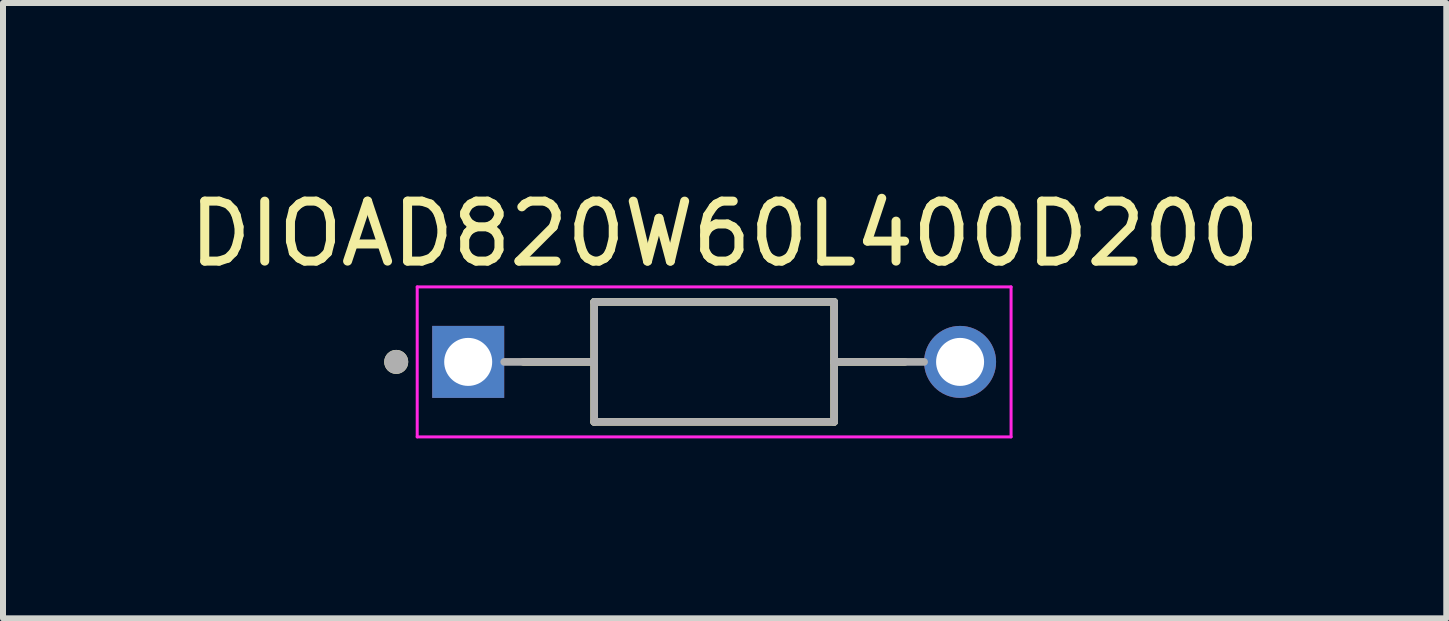
<source format=kicad_pcb>
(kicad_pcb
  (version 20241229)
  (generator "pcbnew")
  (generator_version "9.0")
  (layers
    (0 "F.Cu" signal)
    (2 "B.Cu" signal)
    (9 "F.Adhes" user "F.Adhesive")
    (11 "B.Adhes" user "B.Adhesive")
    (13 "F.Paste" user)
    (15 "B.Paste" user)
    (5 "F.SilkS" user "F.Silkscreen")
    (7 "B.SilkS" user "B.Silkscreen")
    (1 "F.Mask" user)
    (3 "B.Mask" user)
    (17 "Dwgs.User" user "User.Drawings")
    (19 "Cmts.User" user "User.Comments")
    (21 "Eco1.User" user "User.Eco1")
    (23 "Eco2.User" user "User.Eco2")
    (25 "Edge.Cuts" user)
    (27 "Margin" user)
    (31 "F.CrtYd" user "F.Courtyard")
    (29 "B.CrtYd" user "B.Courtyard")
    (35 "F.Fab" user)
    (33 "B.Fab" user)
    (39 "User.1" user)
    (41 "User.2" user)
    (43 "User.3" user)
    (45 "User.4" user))
  (footprint "DIOAD820W60L400D200"
    (layer "F.Cu")
    (at 8.855 2.983)
    (property "Reference" "DIOAD820W60L400D200" (at 0.175 -2.135 0) (layer "F.SilkS") (effects (font (size 1 1) (thickness 0.15))))
    (attr through_hole)
    (fp_line (start -2 -1) (end 2 -1) (stroke (width 0.127) (type solid)) (layer "F.SilkS"))
    (fp_line (start -2 0) (end -3.18 0) (stroke (width 0.127) (type solid)) (layer "F.SilkS"))
    (fp_line (start -2 0) (end -2 -1) (stroke (width 0.127) (type solid)) (layer "F.SilkS"))
    (fp_line (start -2 1) (end -2 0) (stroke (width 0.127) (type solid)) (layer "F.SilkS"))
    (fp_line (start 2 -1) (end 2 0) (stroke (width 0.127) (type solid)) (layer "F.SilkS"))
    (fp_line (start 2 0) (end 2 1) (stroke (width 0.127) (type solid)) (layer "F.SilkS"))
    (fp_line (start 2 0) (end 3.18 0) (stroke (width 0.127) (type solid)) (layer "F.SilkS"))
    (fp_line (start 2 1) (end -2 1) (stroke (width 0.127) (type solid)) (layer "F.SilkS"))
    (fp_circle (center -5.3 0) (end -5.2 0) (stroke (width 0.2) (type solid)) (fill no) (layer "F.SilkS"))
    (fp_line (start -4.95 -1.25) (end 4.95 -1.25) (stroke (width 0.05) (type solid)) (layer "F.CrtYd"))
    (fp_line (start -4.95 1.25) (end -4.95 -1.25) (stroke (width 0.05) (type solid)) (layer "F.CrtYd"))
    (fp_line (start 4.95 -1.25) (end 4.95 1.25) (stroke (width 0.05) (type solid)) (layer "F.CrtYd"))
    (fp_line (start 4.95 1.25) (end -4.95 1.25) (stroke (width 0.05) (type solid)) (layer "F.CrtYd"))
    (fp_line (start -2 -1) (end 2 -1) (stroke (width 0.127) (type solid)) (layer "F.Fab"))
    (fp_line (start -2 0) (end -3.5 0) (stroke (width 0.127) (type solid)) (layer "F.Fab"))
    (fp_line (start -2 0) (end -2 -1) (stroke (width 0.127) (type solid)) (layer "F.Fab"))
    (fp_line (start -2 1) (end -2 0) (stroke (width 0.127) (type solid)) (layer "F.Fab"))
    (fp_line (start 2 -1) (end 2 0) (stroke (width 0.127) (type solid)) (layer "F.Fab"))
    (fp_line (start 2 0) (end 2 1) (stroke (width 0.127) (type solid)) (layer "F.Fab"))
    (fp_line (start 2 0) (end 3.5 0) (stroke (width 0.127) (type solid)) (layer "F.Fab"))
    (fp_line (start 2 1) (end -2 1) (stroke (width 0.127) (type solid)) (layer "F.Fab"))
    (fp_circle (center -5.3 0) (end -5.2 0) (stroke (width 0.2) (type solid)) (fill no) (layer "F.Fab"))
    (pad "A" thru_hole circle (at 4.1 0) (size 1.2 1.2) (drill 0.8) (layers "*.Cu" "*.Mask"))
    (pad "C" thru_hole rect (at -4.1 0) (size 1.2 1.2) (drill 0.8) (layers "*.Cu" "*.Mask")))
  (gr_rect
    (start -3 -3)
    (end 21.06 7.258)
    (stroke (width 0.1) (type default))
    (fill no)
    (layer "Edge.Cuts")))
</source>
